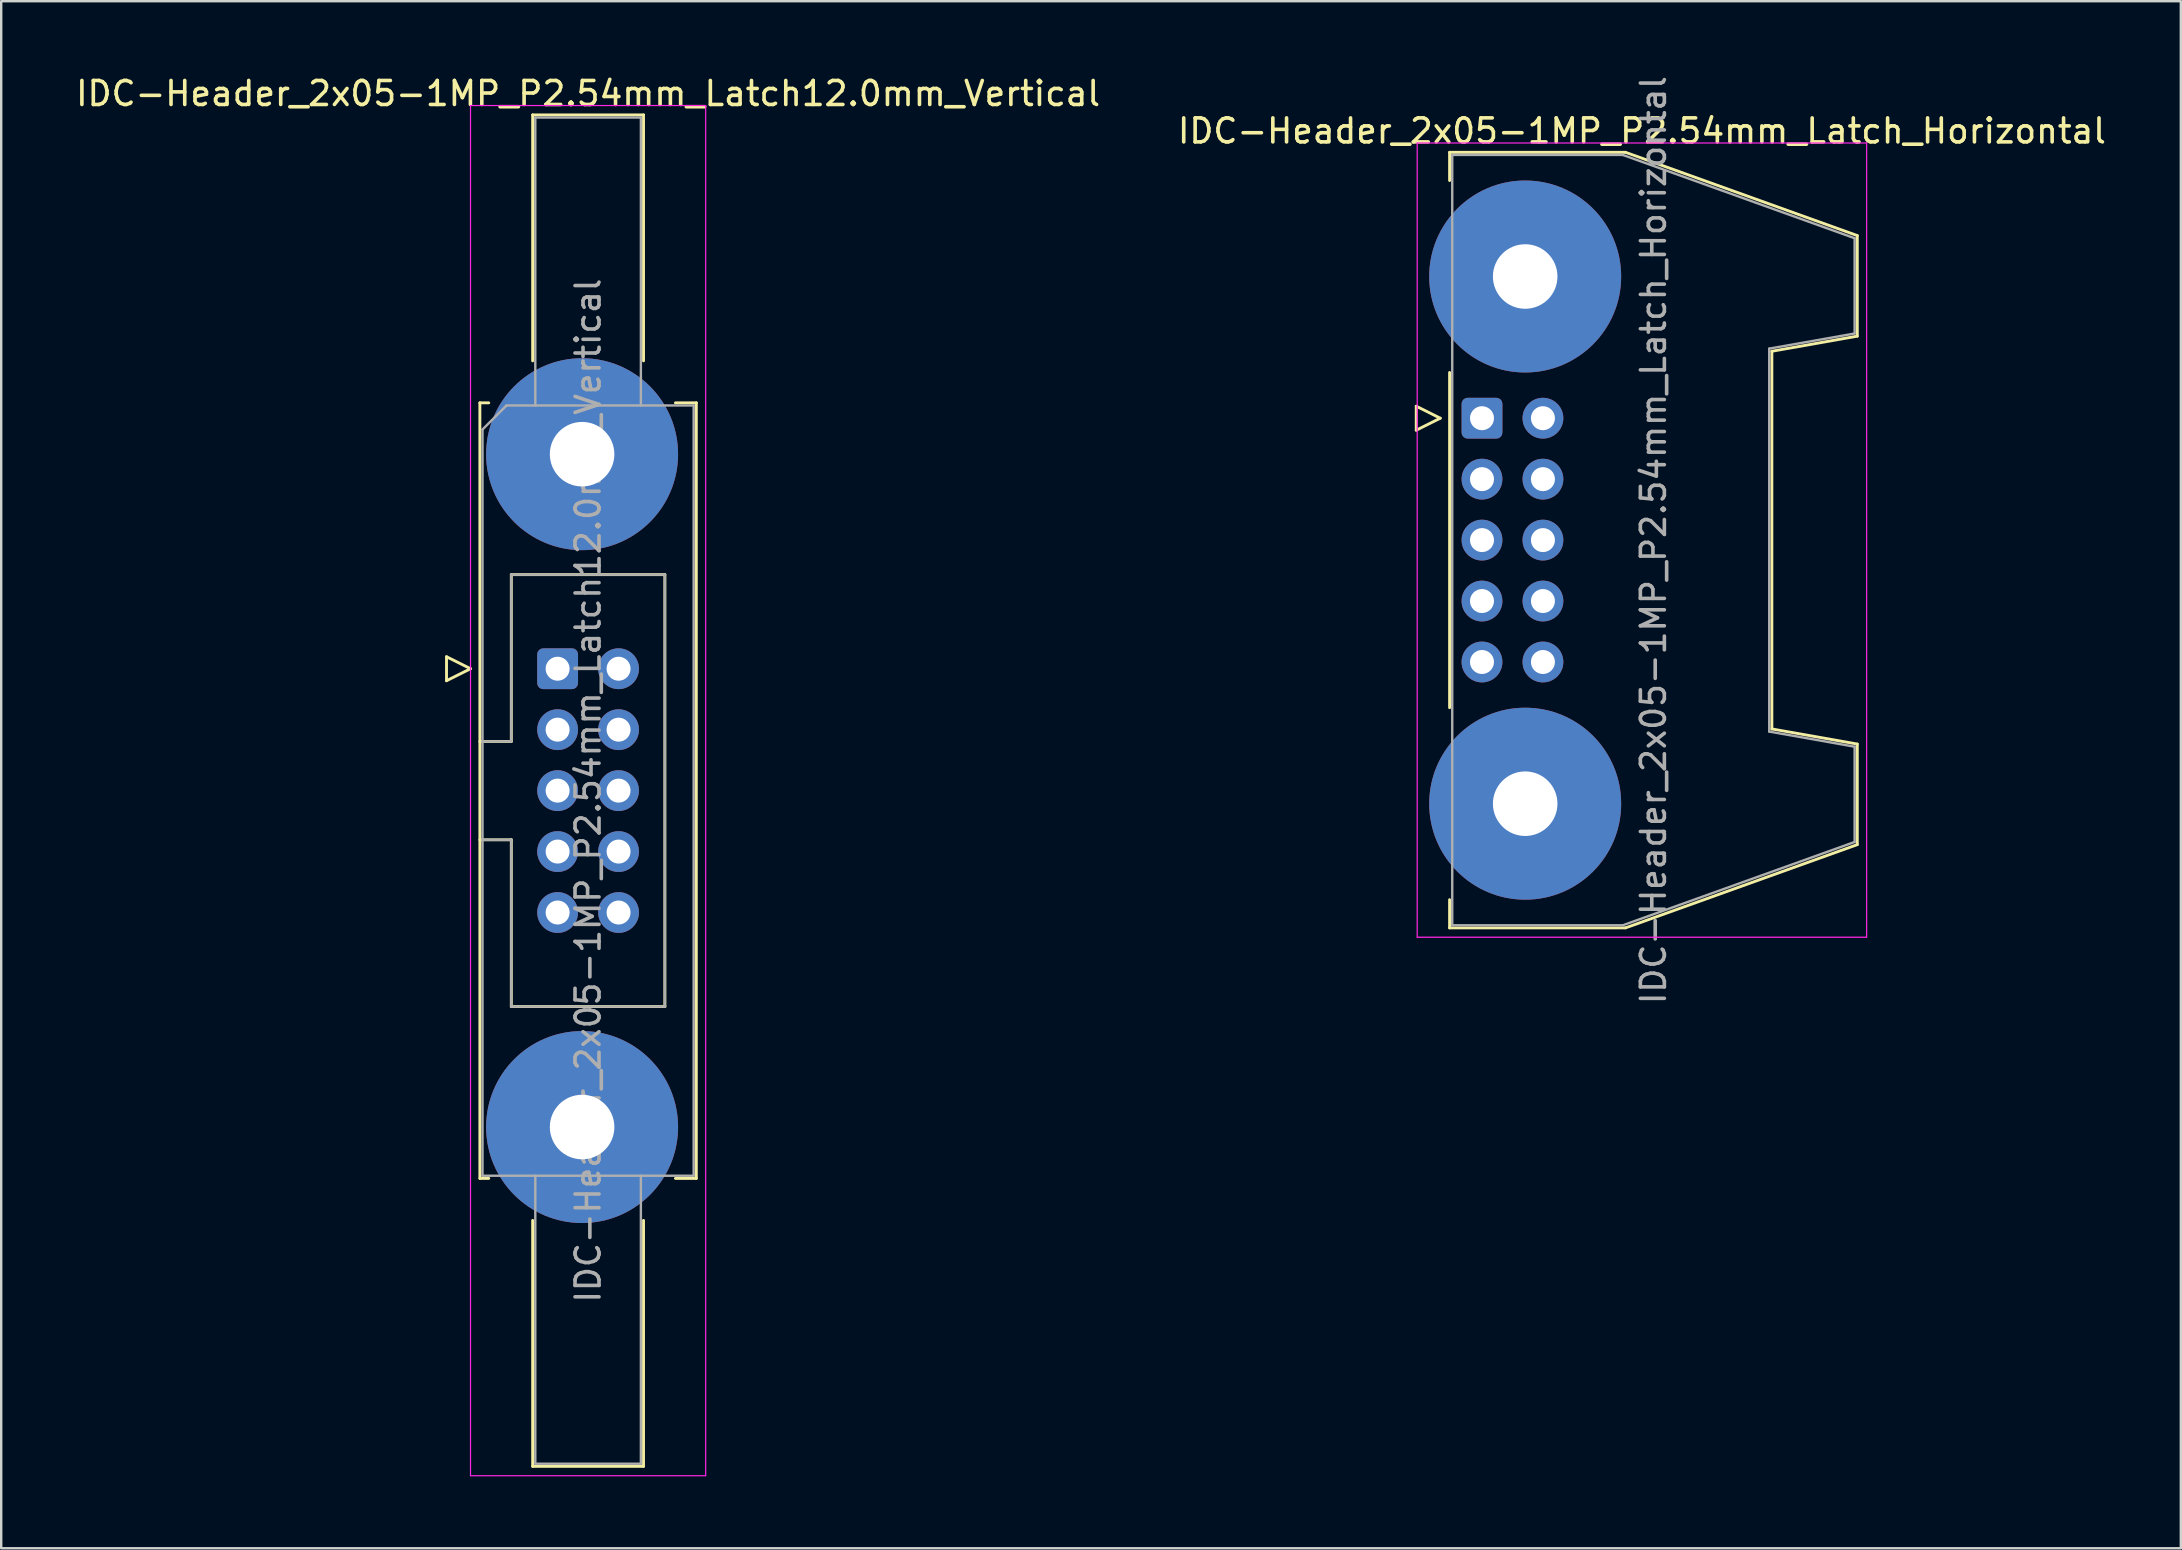
<source format=kicad_pcb>
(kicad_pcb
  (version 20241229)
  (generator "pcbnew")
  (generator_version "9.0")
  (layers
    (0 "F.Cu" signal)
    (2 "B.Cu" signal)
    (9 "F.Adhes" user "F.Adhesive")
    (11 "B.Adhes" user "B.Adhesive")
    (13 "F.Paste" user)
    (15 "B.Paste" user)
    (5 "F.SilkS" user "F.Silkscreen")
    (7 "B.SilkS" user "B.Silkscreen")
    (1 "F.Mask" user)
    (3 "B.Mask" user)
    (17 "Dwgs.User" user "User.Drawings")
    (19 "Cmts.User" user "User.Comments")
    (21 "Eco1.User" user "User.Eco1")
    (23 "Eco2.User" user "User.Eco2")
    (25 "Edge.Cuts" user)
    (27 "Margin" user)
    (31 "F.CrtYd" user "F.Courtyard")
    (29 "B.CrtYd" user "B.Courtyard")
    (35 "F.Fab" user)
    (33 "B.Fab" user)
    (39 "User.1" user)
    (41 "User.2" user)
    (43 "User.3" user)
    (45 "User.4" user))
  (footprint "IDC-Header_2x05-1MP_P2.54mm_Latch_Horizontal"
    (layer "F.Cu")
    (at 58.71 14.378)
    (property "Reference" "IDC-Header_2x05-1MP_P2.54mm_Latch_Horizontal" (at 6.665 -11.97 0) (layer "F.SilkS") (effects (font (size 1 1) (thickness 0.15))))
    (attr through_hole)
    (fp_line (start -2.74 -0.5) (end -2.74 0.5) (stroke (width 0.12) (type solid)) (layer "F.SilkS"))
    (fp_line (start -2.74 0.5) (end -1.74 0) (stroke (width 0.12) (type solid)) (layer "F.SilkS"))
    (fp_line (start -1.74 0) (end -2.74 -0.5) (stroke (width 0.12) (type solid)) (layer "F.SilkS"))
    (fp_line (start -1.35 -11.08) (end -1.35 -9.905) (stroke (width 0.12) (type solid)) (layer "F.SilkS"))
    (fp_line (start -1.35 -11.08) (end 5.98 -11.08) (stroke (width 0.12) (type solid)) (layer "F.SilkS"))
    (fp_line (start -1.35 -1.905) (end -1.35 12.065) (stroke (width 0.12) (type solid)) (layer "F.SilkS"))
    (fp_line (start -1.35 20.065) (end -1.35 21.24) (stroke (width 0.12) (type solid)) (layer "F.SilkS"))
    (fp_line (start 5.98 -11.08) (end 15.64 -7.61) (stroke (width 0.12) (type solid)) (layer "F.SilkS"))
    (fp_line (start 5.98 21.24) (end -1.35 21.24) (stroke (width 0.12) (type solid)) (layer "F.SilkS"))
    (fp_line (start 12.08 -2.79) (end 12.08 12.95) (stroke (width 0.12) (type solid)) (layer "F.SilkS"))
    (fp_line (start 12.08 12.95) (end 15.64 13.58) (stroke (width 0.12) (type solid)) (layer "F.SilkS"))
    (fp_line (start 15.64 -7.61) (end 15.64 -3.42) (stroke (width 0.12) (type solid)) (layer "F.SilkS"))
    (fp_line (start 15.64 -3.42) (end 12.08 -2.79) (stroke (width 0.12) (type solid)) (layer "F.SilkS"))
    (fp_line (start 15.64 13.58) (end 15.64 17.77) (stroke (width 0.12) (type solid)) (layer "F.SilkS"))
    (fp_line (start 15.64 17.77) (end 5.98 21.24) (stroke (width 0.12) (type solid)) (layer "F.SilkS"))
    (fp_line (start -2.7 -11.47) (end -2.7 21.63) (stroke (width 0.05) (type solid)) (layer "F.CrtYd"))
    (fp_line (start -2.7 21.63) (end 16.03 21.63) (stroke (width 0.05) (type solid)) (layer "F.CrtYd"))
    (fp_line (start 16.03 -11.47) (end -2.7 -11.47) (stroke (width 0.05) (type solid)) (layer "F.CrtYd"))
    (fp_line (start 16.03 21.63) (end 16.03 -11.47) (stroke (width 0.05) (type solid)) (layer "F.CrtYd"))
    (fp_line (start -1.24 -10.97) (end 5.87 -10.97) (stroke (width 0.1) (type solid)) (layer "F.Fab"))
    (fp_line (start -1.24 21.13) (end -1.24 -10.97) (stroke (width 0.1) (type solid)) (layer "F.Fab"))
    (fp_line (start 5.87 -10.97) (end 15.53 -7.5) (stroke (width 0.1) (type solid)) (layer "F.Fab"))
    (fp_line (start 5.87 21.13) (end -1.24 21.13) (stroke (width 0.1) (type solid)) (layer "F.Fab"))
    (fp_line (start 11.97 -2.9) (end 11.97 13.06) (stroke (width 0.1) (type solid)) (layer "F.Fab"))
    (fp_line (start 11.97 13.06) (end 15.53 13.69) (stroke (width 0.1) (type solid)) (layer "F.Fab"))
    (fp_line (start 15.53 -7.5) (end 15.53 -3.53) (stroke (width 0.1) (type solid)) (layer "F.Fab"))
    (fp_line (start 15.53 -3.53) (end 11.97 -2.9) (stroke (width 0.1) (type solid)) (layer "F.Fab"))
    (fp_line (start 15.53 13.69) (end 15.53 17.66) (stroke (width 0.1) (type solid)) (layer "F.Fab"))
    (fp_line (start 15.53 17.66) (end 5.87 21.13) (stroke (width 0.1) (type solid)) (layer "F.Fab"))
    (fp_text user "${REFERENCE}" (at 7.145 5.08 90) (layer "F.Fab") (effects (font (size 1 1) (thickness 0.15))))
    (pad "1" thru_hole roundrect (at 0 0) (size 1.7 1.7) (drill 1) (layers "*.Cu" "*.Mask") (roundrect_rratio 0.147))
    (pad "2" thru_hole circle (at 2.54 0) (size 1.7 1.7) (drill 1) (layers "*.Cu" "*.Mask"))
    (pad "3" thru_hole circle (at 0 2.54) (size 1.7 1.7) (drill 1) (layers "*.Cu" "*.Mask"))
    (pad "4" thru_hole circle (at 2.54 2.54) (size 1.7 1.7) (drill 1) (layers "*.Cu" "*.Mask"))
    (pad "5" thru_hole circle (at 0 5.08) (size 1.7 1.7) (drill 1) (layers "*.Cu" "*.Mask"))
    (pad "6" thru_hole circle (at 2.54 5.08) (size 1.7 1.7) (drill 1) (layers "*.Cu" "*.Mask"))
    (pad "7" thru_hole circle (at 0 7.62) (size 1.7 1.7) (drill 1) (layers "*.Cu" "*.Mask"))
    (pad "8" thru_hole circle (at 2.54 7.62) (size 1.7 1.7) (drill 1) (layers "*.Cu" "*.Mask"))
    (pad "9" thru_hole circle (at 0 10.16) (size 1.7 1.7) (drill 1) (layers "*.Cu" "*.Mask"))
    (pad "10" thru_hole circle (at 2.54 10.16) (size 1.7 1.7) (drill 1) (layers "*.Cu" "*.Mask"))
    (pad "MP" thru_hole circle (at 1.8 -5.905) (size 8 8) (drill 2.69) (layers "*.Cu" "*.Mask"))
    (pad "MP" thru_hole circle (at 1.8 16.065) (size 8 8) (drill 2.69) (layers "*.Cu" "*.Mask")))
  (footprint "IDC-Header_2x05-1MP_P2.54mm_Latch12.0mm_Vertical"
    (layer "F.Cu")
    (at 20.188 24.818)
    (property "Reference" "IDC-Header_2x05-1MP_P2.54mm_Latch12.0mm_Vertical" (at 1.27 -23.97 0) (layer "F.SilkS") (effects (font (size 1 1) (thickness 0.15))))
    (attr through_hole)
    (fp_line (start -4.63 -0.5) (end -4.63 0.5) (stroke (width 0.12) (type solid)) (layer "F.SilkS"))
    (fp_line (start -4.63 0.5) (end -3.63 0) (stroke (width 0.12) (type solid)) (layer "F.SilkS"))
    (fp_line (start -3.63 0) (end -4.63 -0.5) (stroke (width 0.12) (type solid)) (layer "F.SilkS"))
    (fp_line (start -3.24 -11.08) (end -3.24 21.24) (stroke (width 0.12) (type solid)) (layer "F.SilkS"))
    (fp_line (start -3.24 3.03) (end -1.93 3.03) (stroke (width 0.12) (type solid)) (layer "F.SilkS"))
    (fp_line (start -3.24 21.24) (end -2.87 21.24) (stroke (width 0.12) (type solid)) (layer "F.SilkS"))
    (fp_line (start -2.87 -11.08) (end -3.24 -11.08) (stroke (width 0.12) (type solid)) (layer "F.SilkS"))
    (fp_line (start -1.93 -3.92) (end 4.47 -3.92) (stroke (width 0.12) (type solid)) (layer "F.SilkS"))
    (fp_line (start -1.93 3.03) (end -1.93 -3.92) (stroke (width 0.12) (type solid)) (layer "F.SilkS"))
    (fp_line (start -1.93 7.13) (end -3.24 7.13) (stroke (width 0.12) (type solid)) (layer "F.SilkS"))
    (fp_line (start -1.93 7.13) (end -1.93 7.13) (stroke (width 0.12) (type solid)) (layer "F.SilkS"))
    (fp_line (start -1.93 14.08) (end -1.93 7.13) (stroke (width 0.12) (type solid)) (layer "F.SilkS"))
    (fp_line (start -1.04 -23.08) (end 3.58 -23.08) (stroke (width 0.12) (type solid)) (layer "F.SilkS"))
    (fp_line (start -1.04 -12.83) (end -1.04 -23.08) (stroke (width 0.12) (type solid)) (layer "F.SilkS"))
    (fp_line (start -1.04 22.99) (end -1.04 33.24) (stroke (width 0.12) (type solid)) (layer "F.SilkS"))
    (fp_line (start -1.04 33.24) (end 3.58 33.24) (stroke (width 0.12) (type solid)) (layer "F.SilkS"))
    (fp_line (start 3.58 -23.08) (end 3.58 -12.83) (stroke (width 0.12) (type solid)) (layer "F.SilkS"))
    (fp_line (start 3.58 33.24) (end 3.58 22.99) (stroke (width 0.12) (type solid)) (layer "F.SilkS"))
    (fp_line (start 4.47 -3.92) (end 4.47 14.08) (stroke (width 0.12) (type solid)) (layer "F.SilkS"))
    (fp_line (start 4.47 14.08) (end -1.93 14.08) (stroke (width 0.12) (type solid)) (layer "F.SilkS"))
    (fp_line (start 4.91 -11.08) (end 5.78 -11.08) (stroke (width 0.12) (type solid)) (layer "F.SilkS"))
    (fp_line (start 5.78 -11.08) (end 5.78 21.24) (stroke (width 0.12) (type solid)) (layer "F.SilkS"))
    (fp_line (start 5.78 21.24) (end 4.91 21.24) (stroke (width 0.12) (type solid)) (layer "F.SilkS"))
    (fp_line (start -3.63 -23.47) (end -3.63 33.63) (stroke (width 0.05) (type solid)) (layer "F.CrtYd"))
    (fp_line (start -3.63 33.63) (end 6.17 33.63) (stroke (width 0.05) (type solid)) (layer "F.CrtYd"))
    (fp_line (start 6.17 -23.47) (end -3.63 -23.47) (stroke (width 0.05) (type solid)) (layer "F.CrtYd"))
    (fp_line (start 6.17 33.63) (end 6.17 -23.47) (stroke (width 0.05) (type solid)) (layer "F.CrtYd"))
    (fp_line (start -3.13 -9.97) (end -2.13 -10.97) (stroke (width 0.1) (type solid)) (layer "F.Fab"))
    (fp_line (start -3.13 3.03) (end -1.93 3.03) (stroke (width 0.1) (type solid)) (layer "F.Fab"))
    (fp_line (start -3.13 21.13) (end -3.13 -9.97) (stroke (width 0.1) (type solid)) (layer "F.Fab"))
    (fp_line (start -2.13 -10.97) (end 5.67 -10.97) (stroke (width 0.1) (type solid)) (layer "F.Fab"))
    (fp_line (start -1.93 -3.92) (end 4.47 -3.92) (stroke (width 0.1) (type solid)) (layer "F.Fab"))
    (fp_line (start -1.93 3.03) (end -1.93 -3.92) (stroke (width 0.1) (type solid)) (layer "F.Fab"))
    (fp_line (start -1.93 7.13) (end -3.13 7.13) (stroke (width 0.1) (type solid)) (layer "F.Fab"))
    (fp_line (start -1.93 7.13) (end -1.93 7.13) (stroke (width 0.1) (type solid)) (layer "F.Fab"))
    (fp_line (start -1.93 14.08) (end -1.93 7.13) (stroke (width 0.1) (type solid)) (layer "F.Fab"))
    (fp_line (start -0.93 -22.97) (end 3.47 -22.97) (stroke (width 0.1) (type solid)) (layer "F.Fab"))
    (fp_line (start -0.93 -10.97) (end -0.93 -22.97) (stroke (width 0.1) (type solid)) (layer "F.Fab"))
    (fp_line (start -0.93 21.13) (end -0.93 33.13) (stroke (width 0.1) (type solid)) (layer "F.Fab"))
    (fp_line (start -0.93 33.13) (end 3.47 33.13) (stroke (width 0.1) (type solid)) (layer "F.Fab"))
    (fp_line (start 3.47 -22.97) (end 3.47 -10.97) (stroke (width 0.1) (type solid)) (layer "F.Fab"))
    (fp_line (start 3.47 33.13) (end 3.47 21.13) (stroke (width 0.1) (type solid)) (layer "F.Fab"))
    (fp_line (start 4.47 -3.92) (end 4.47 14.08) (stroke (width 0.1) (type solid)) (layer "F.Fab"))
    (fp_line (start 4.47 14.08) (end -1.93 14.08) (stroke (width 0.1) (type solid)) (layer "F.Fab"))
    (fp_line (start 5.67 -10.97) (end 5.67 21.13) (stroke (width 0.1) (type solid)) (layer "F.Fab"))
    (fp_line (start 5.67 21.13) (end -3.13 21.13) (stroke (width 0.1) (type solid)) (layer "F.Fab"))
    (fp_text user "${REFERENCE}" (at 1.27 5.08 90) (layer "F.Fab") (effects (font (size 1 1) (thickness 0.15))))
    (pad "1" thru_hole roundrect (at 0 0) (size 1.7 1.7) (drill 1) (layers "*.Cu" "*.Mask") (roundrect_rratio 0.147))
    (pad "2" thru_hole circle (at 2.54 0) (size 1.7 1.7) (drill 1) (layers "*.Cu" "*.Mask"))
    (pad "3" thru_hole circle (at 0 2.54) (size 1.7 1.7) (drill 1) (layers "*.Cu" "*.Mask"))
    (pad "4" thru_hole circle (at 2.54 2.54) (size 1.7 1.7) (drill 1) (layers "*.Cu" "*.Mask"))
    (pad "5" thru_hole circle (at 0 5.08) (size 1.7 1.7) (drill 1) (layers "*.Cu" "*.Mask"))
    (pad "6" thru_hole circle (at 2.54 5.08) (size 1.7 1.7) (drill 1) (layers "*.Cu" "*.Mask"))
    (pad "7" thru_hole circle (at 0 7.62) (size 1.7 1.7) (drill 1) (layers "*.Cu" "*.Mask"))
    (pad "8" thru_hole circle (at 2.54 7.62) (size 1.7 1.7) (drill 1) (layers "*.Cu" "*.Mask"))
    (pad "9" thru_hole circle (at 0 10.16) (size 1.7 1.7) (drill 1) (layers "*.Cu" "*.Mask"))
    (pad "10" thru_hole circle (at 2.54 10.16) (size 1.7 1.7) (drill 1) (layers "*.Cu" "*.Mask"))
    (pad "MP" thru_hole circle (at 1.02 -8.94) (size 8 8) (drill 2.69) (layers "*.Cu" "*.Mask"))
    (pad "MP" thru_hole circle (at 1.02 19.1) (size 8 8) (drill 2.69) (layers "*.Cu" "*.Mask")))
  (gr_rect
    (start -3 -3)
    (end 87.833 61.473)
    (stroke (width 0.1) (type default))
    (fill no)
    (layer "Edge.Cuts")))
</source>
